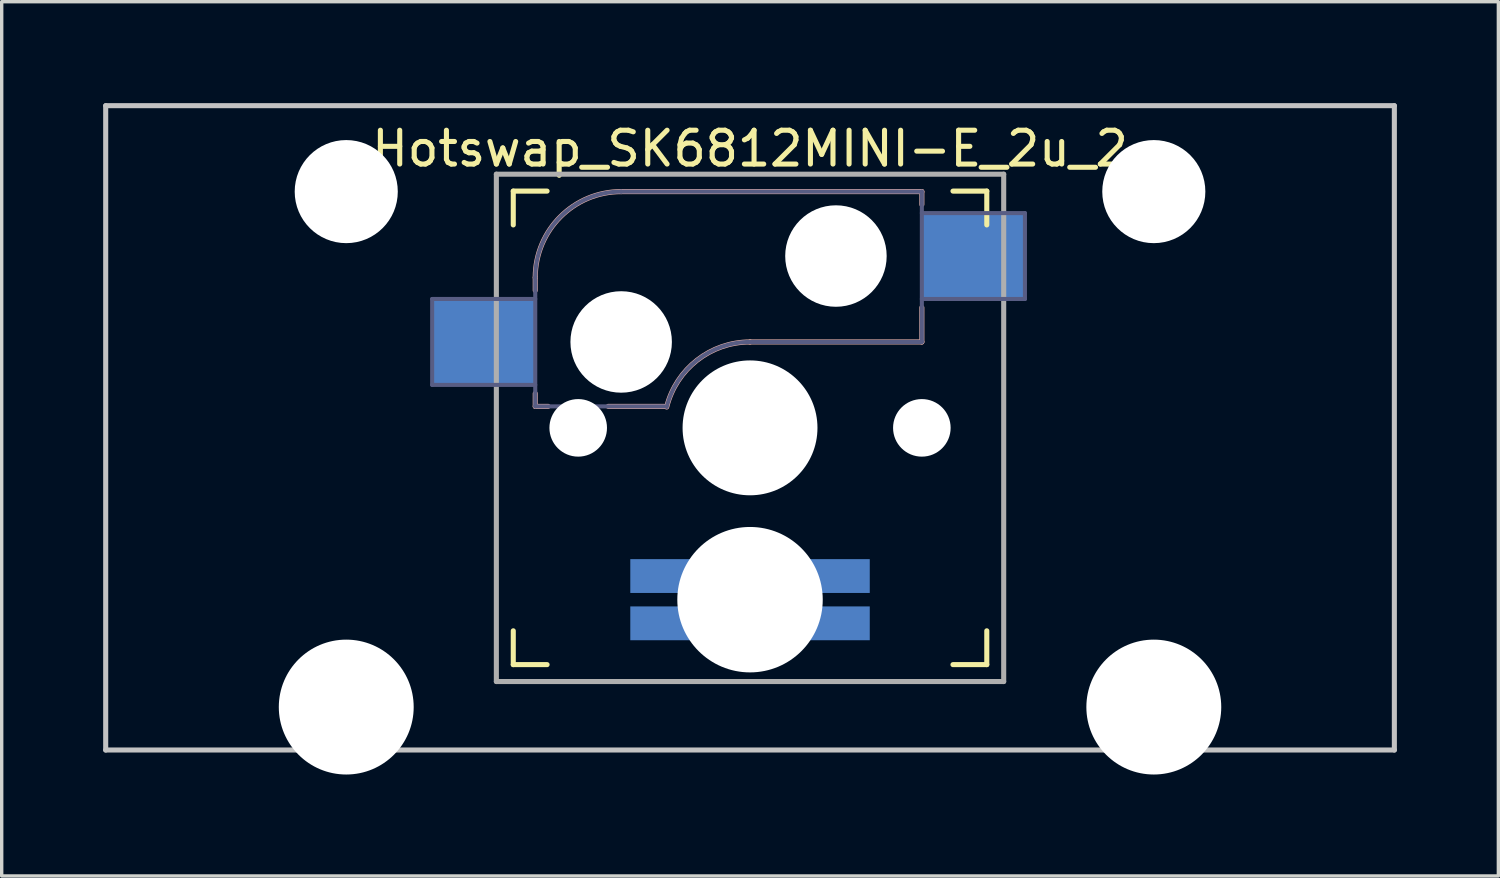
<source format=kicad_pcb>
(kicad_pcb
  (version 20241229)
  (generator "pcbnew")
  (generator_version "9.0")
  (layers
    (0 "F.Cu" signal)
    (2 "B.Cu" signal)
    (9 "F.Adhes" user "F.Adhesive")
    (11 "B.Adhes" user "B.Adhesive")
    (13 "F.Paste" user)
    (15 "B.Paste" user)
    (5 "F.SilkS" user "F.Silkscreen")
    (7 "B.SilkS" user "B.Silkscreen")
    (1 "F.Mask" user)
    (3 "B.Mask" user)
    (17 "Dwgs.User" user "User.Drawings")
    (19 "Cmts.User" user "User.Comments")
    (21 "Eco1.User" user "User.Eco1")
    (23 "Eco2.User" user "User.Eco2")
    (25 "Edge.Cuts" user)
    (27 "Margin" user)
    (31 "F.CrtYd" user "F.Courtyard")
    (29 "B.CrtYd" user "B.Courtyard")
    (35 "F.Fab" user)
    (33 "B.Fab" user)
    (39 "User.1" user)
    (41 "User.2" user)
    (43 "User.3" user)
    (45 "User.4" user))
  (footprint "Hotswap_SK6812MINI-E_2u_2"
    (layer "F.Cu")
    (at 19.125 9.6)
    (property "Reference" "Hotswap_SK6812MINI-E_2u_2" (at 0 -8.255 0) (layer "F.SilkS") (effects (font (size 1 1) (thickness 0.15))))
    (attr through_hole)
    (fp_line (start -7 -6) (end -7 -7) (stroke (width 0.15) (type solid)) (layer "F.SilkS"))
    (fp_line (start -7 7) (end -7 6) (stroke (width 0.15) (type solid)) (layer "F.SilkS"))
    (fp_line (start -7 7) (end -6 7) (stroke (width 0.15) (type solid)) (layer "F.SilkS"))
    (fp_line (start -6 -7) (end -7 -7) (stroke (width 0.15) (type solid)) (layer "F.SilkS"))
    (fp_line (start 6 7) (end 7 7) (stroke (width 0.15) (type solid)) (layer "F.SilkS"))
    (fp_line (start 7 -7) (end 6 -7) (stroke (width 0.15) (type solid)) (layer "F.SilkS"))
    (fp_line (start 7 -7) (end 7 -6) (stroke (width 0.15) (type solid)) (layer "F.SilkS"))
    (fp_line (start 7 6) (end 7 7) (stroke (width 0.15) (type solid)) (layer "F.SilkS"))
    (fp_line (start -6.35 -4.445) (end -6.35 -4.064) (stroke (width 0.15) (type solid)) (layer "B.SilkS"))
    (fp_line (start -6.35 -1.016) (end -6.35 -0.635) (stroke (width 0.15) (type solid)) (layer "B.SilkS"))
    (fp_line (start -6.35 -0.635) (end -5.969 -0.635) (stroke (width 0.15) (type solid)) (layer "B.SilkS"))
    (fp_line (start -4.191 -0.635) (end -2.54 -0.635) (stroke (width 0.15) (type solid)) (layer "B.SilkS"))
    (fp_line (start 0 -2.54) (end 5.08 -2.54) (stroke (width 0.15) (type solid)) (layer "B.SilkS"))
    (fp_line (start 5.08 -6.985) (end -3.81 -6.985) (stroke (width 0.15) (type solid)) (layer "B.SilkS"))
    (fp_line (start 5.08 -6.604) (end 5.08 -6.985) (stroke (width 0.15) (type solid)) (layer "B.SilkS"))
    (fp_line (start 5.08 -2.54) (end 5.08 -3.556) (stroke (width 0.15) (type solid)) (layer "B.SilkS"))
    (fp_arc (start -6.35 -4.445) (mid -5.606051 -6.241051) (end -3.81 -6.985) (stroke (width 0.15) (type solid)) (layer "B.SilkS"))
    (fp_arc (start -2.464162 -0.61604) (mid -1.563147 -2.002042) (end 0 -2.54) (stroke (width 0.15) (type solid)) (layer "B.SilkS"))
    (fp_line (start -19.05 -9.525) (end 19.05 -9.525) (stroke (width 0.15) (type solid)) (layer "Dwgs.User"))
    (fp_line (start -19.05 9.525) (end -19.05 -9.525) (stroke (width 0.15) (type solid)) (layer "Dwgs.User"))
    (fp_line (start -19.05 9.525) (end 19.05 9.525) (stroke (width 0.15) (type solid)) (layer "Dwgs.User"))
    (fp_line (start 19.05 -9.525) (end 19.05 9.525) (stroke (width 0.15) (type solid)) (layer "Dwgs.User"))
    (fp_line (start -13.589 -5.334) (end -13.589 6.096) (stroke (width 0.152) (type solid)) (layer "Eco2.User"))
    (fp_line (start -13.589 6.096) (end -10.287 6.096) (stroke (width 0.152) (type solid)) (layer "Eco2.User"))
    (fp_line (start -10.287 -5.334) (end -13.589 -5.334) (stroke (width 0.152) (type solid)) (layer "Eco2.User"))
    (fp_line (start -10.287 6.096) (end -10.287 -5.334) (stroke (width 0.152) (type solid)) (layer "Eco2.User"))
    (fp_line (start -6.9 6.9) (end -6.9 -6.9) (stroke (width 0.15) (type solid)) (layer "Eco2.User"))
    (fp_line (start -6.9 6.9) (end 6.9 6.9) (stroke (width 0.15) (type solid)) (layer "Eco2.User"))
    (fp_line (start 6.9 -6.9) (end -6.9 -6.9) (stroke (width 0.15) (type solid)) (layer "Eco2.User"))
    (fp_line (start 6.9 -6.9) (end 6.9 6.9) (stroke (width 0.15) (type solid)) (layer "Eco2.User"))
    (fp_line (start 10.287 -5.334) (end 10.287 6.096) (stroke (width 0.152) (type solid)) (layer "Eco2.User"))
    (fp_line (start 10.287 6.096) (end 13.589 6.096) (stroke (width 0.152) (type solid)) (layer "Eco2.User"))
    (fp_line (start 13.589 -5.334) (end 10.287 -5.334) (stroke (width 0.152) (type solid)) (layer "Eco2.User"))
    (fp_line (start 13.589 6.096) (end 13.589 -5.334) (stroke (width 0.152) (type solid)) (layer "Eco2.User"))
    (fp_line (start -9.398 -3.81) (end -9.398 -1.27) (stroke (width 0.12) (type solid)) (layer "B.Fab"))
    (fp_line (start -9.398 -1.27) (end -6.35 -1.27) (stroke (width 0.12) (type solid)) (layer "B.Fab"))
    (fp_line (start -6.35 -4.445) (end -6.35 -0.635) (stroke (width 0.12) (type solid)) (layer "B.Fab"))
    (fp_line (start -6.35 -3.81) (end -9.398 -3.81) (stroke (width 0.12) (type solid)) (layer "B.Fab"))
    (fp_line (start -6.35 -0.635) (end -2.54 -0.635) (stroke (width 0.12) (type solid)) (layer "B.Fab"))
    (fp_line (start 0 -2.54) (end 5.08 -2.54) (stroke (width 0.12) (type solid)) (layer "B.Fab"))
    (fp_line (start 5.08 -6.985) (end -3.81 -6.985) (stroke (width 0.12) (type solid)) (layer "B.Fab"))
    (fp_line (start 5.08 -3.81) (end 8.128 -3.81) (stroke (width 0.12) (type solid)) (layer "B.Fab"))
    (fp_line (start 5.08 -2.54) (end 5.08 -6.985) (stroke (width 0.12) (type solid)) (layer "B.Fab"))
    (fp_line (start 8.128 -6.35) (end 5.08 -6.35) (stroke (width 0.12) (type solid)) (layer "B.Fab"))
    (fp_line (start 8.128 -3.81) (end 8.128 -6.35) (stroke (width 0.12) (type solid)) (layer "B.Fab"))
    (fp_arc (start -6.35 -4.445) (mid -5.606051 -6.241051) (end -3.81 -6.985) (stroke (width 0.12) (type solid)) (layer "B.Fab"))
    (fp_arc (start -2.464162 -0.61604) (mid -1.563147 -2.002042) (end 0 -2.54) (stroke (width 0.12) (type solid)) (layer "B.Fab"))
    (fp_line (start -7.5 -7.5) (end 7.5 -7.5) (stroke (width 0.15) (type solid)) (layer "F.Fab"))
    (fp_line (start -7.5 7.5) (end -7.5 -7.5) (stroke (width 0.15) (type solid)) (layer "F.Fab"))
    (fp_line (start 7.5 -7.5) (end 7.5 7.5) (stroke (width 0.15) (type solid)) (layer "F.Fab"))
    (fp_line (start 7.5 7.5) (end -7.5 7.5) (stroke (width 0.15) (type solid)) (layer "F.Fab"))
    (pad "" np_thru_hole circle (at -11.938 -6.985) (size 3.048 3.048) (drill 3.048) (layers "*.Cu" "*.Mask"))
    (pad "" np_thru_hole circle (at -11.938 8.255) (size 3.988 3.988) (drill 3.988) (layers "*.Cu" "*.Mask"))
    (pad "" np_thru_hole circle (at -5.08 0 180) (size 1.702 1.702) (drill 1.702) (layers "*.Cu" "*.Mask"))
    (pad "" np_thru_hole circle (at -3.81 -2.54 180) (size 3 3) (drill 3) (layers "*.Cu" "*.Mask"))
    (pad "" np_thru_hole circle (at 0 0 180) (size 3.988 3.988) (drill 3.988) (layers "*.Cu" "*.Mask"))
    (pad "" np_thru_hole circle (at 0 5.08 180) (size 4.3 4.3) (drill 4.3) (layers "*.Cu" "*.Mask"))
    (pad "" np_thru_hole circle (at 2.54 -5.08 180) (size 3 3) (drill 3) (layers "*.Cu" "*.Mask"))
    (pad "" np_thru_hole circle (at 5.08 0 180) (size 1.702 1.702) (drill 1.702) (layers "*.Cu" "*.Mask"))
    (pad "" np_thru_hole circle (at 11.938 -6.985) (size 3.048 3.048) (drill 3.048) (layers "*.Cu" "*.Mask"))
    (pad "" np_thru_hole circle (at 11.938 8.255) (size 3.988 3.988) (drill 3.988) (layers "*.Cu" "*.Mask"))
    (pad "1" smd rect (at -7.874 -2.54 180) (size 3 2.5) (layers "B.Cu"))
    (pad "2" smd rect (at 6.604 -5.08 180) (size 3 2.5) (layers "B.Cu"))
    (pad "DIN" smd rect (at -2.54 5.779 270) (size 1 2) (layers "B.Cu"))
    (pad "DOUT" smd rect (at 2.54 4.381 270) (size 1 2) (layers "B.Cu"))
    (pad "GND" smd rect (at -2.54 4.381 270) (size 1 2) (layers "B.Cu"))
    (pad "VDD" smd rect (at 2.54 5.779 270) (size 1 2) (layers "B.Cu")))
  (gr_rect
    (start -3 -3)
    (end 41.25 22.849)
    (stroke (width 0.1) (type default))
    (fill no)
    (layer "Edge.Cuts")))
</source>
